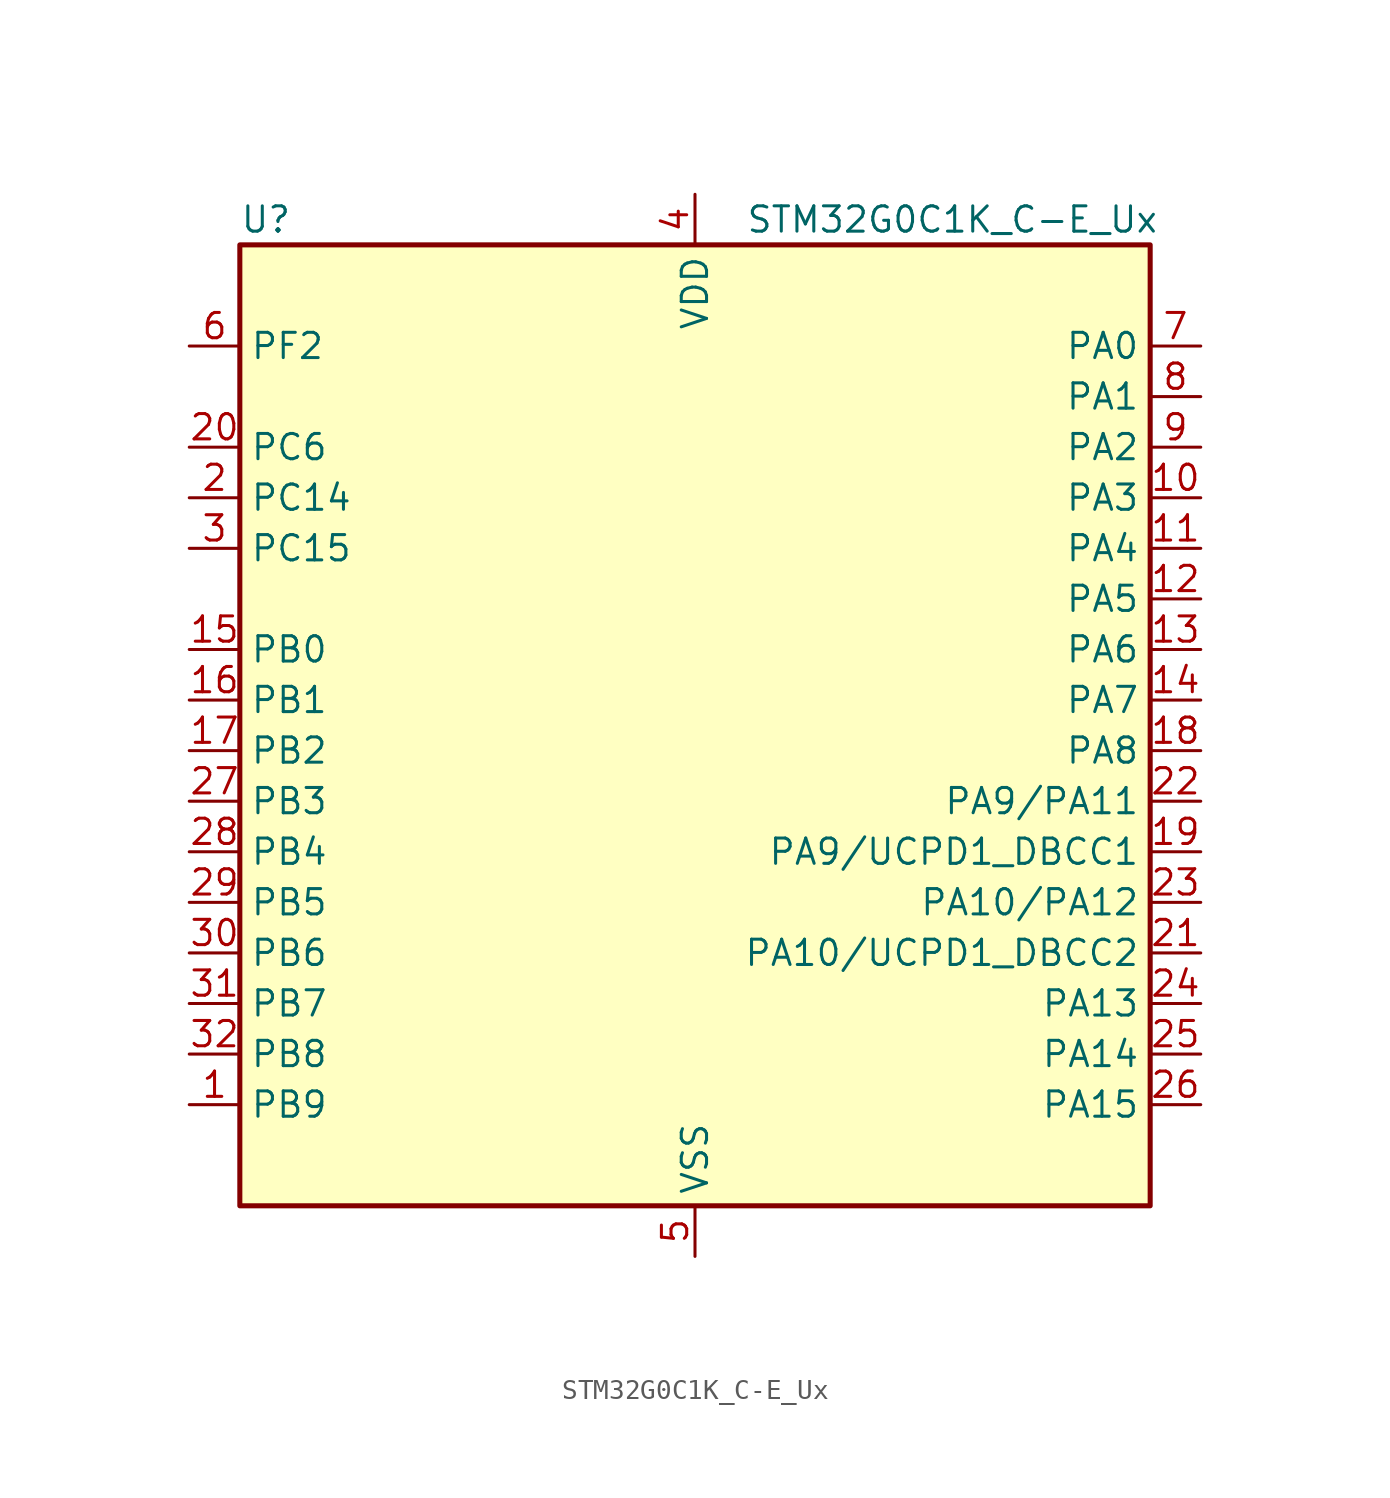
<source format=kicad_sym>
(kicad_symbol_lib
  (version 20241209)
  (generator "kicad_symbol_editor")
  (generator_version "9.0")
  (symbol "STM32G0C1K_C-E_Ux"
    (property "Reference" "U"
      (at -22.86 26.67 0)
      (effects (font (size 1.27 1.27)) (justify left)))
    (property "Value" "STM32G0C1K_C-E_Ux"
      (at 2.54 26.67 0)
      (effects (font (size 1.27 1.27)) (justify left)))
    (symbol "STM32G0C1K_C-E_Ux_0_1"
      (rectangle (start -22.86 -22.86) (end 22.86 25.4) (stroke (width 0.254) (type default)) (fill (type background))))
    (symbol "STM32G0C1K_C-E_Ux_1_1"
      (pin bidirectional line (at -25.4 20.32 0) (length 2.54) (name "PF2" (effects (font (size 1.27 1.27)))) (number "6" (effects (font (size 1.27 1.27)))) (alternate "LPUART2_DE" bidirectional line) (alternate "LPUART2_RTS" bidirectional line) (alternate "LPUART2_TX" bidirectional line) (alternate "RCC_MCO" bidirectional line))
      (pin bidirectional line (at -25.4 15.24 0) (length 2.54) (name "PC6" (effects (font (size 1.27 1.27)))) (number "20" (effects (font (size 1.27 1.27)))) (alternate "LPUART2_TX" bidirectional line) (alternate "TIM2_CH3" bidirectional line) (alternate "TIM3_CH1" bidirectional line) (alternate "UCPD1_FRSTX1" bidirectional line) (alternate "UCPD1_FRSTX2" bidirectional line))
      (pin bidirectional line (at -25.4 12.7 0) (length 2.54) (name "PC14" (effects (font (size 1.27 1.27)))) (number "2" (effects (font (size 1.27 1.27)))) (alternate "RCC_OSC32_IN" bidirectional line) (alternate "RCC_OSC_IN" bidirectional line) (alternate "TIM1_BK2" bidirectional line))
      (pin bidirectional line (at -25.4 10.16 0) (length 2.54) (name "PC15" (effects (font (size 1.27 1.27)))) (number "3" (effects (font (size 1.27 1.27)))) (alternate "RCC_OSC32_EN" bidirectional line) (alternate "RCC_OSC32_OUT" bidirectional line) (alternate "RCC_OSC_EN" bidirectional line) (alternate "TIM15_BK" bidirectional line))
      (pin bidirectional line (at -25.4 5.08 0) (length 2.54) (name "PB0" (effects (font (size 1.27 1.27)))) (number "15" (effects (font (size 1.27 1.27)))) (alternate "ADC1_IN8" bidirectional line) (alternate "COMP1_OUT" bidirectional line) (alternate "COMP3_INP" bidirectional line) (alternate "FDCAN2_RX" bidirectional line) (alternate "I2S1_WS" bidirectional line) (alternate "LPTIM1_OUT" bidirectional line) (alternate "LPUART2_CTS" bidirectional line) (alternate "SPI1_NSS" bidirectional line) (alternate "TIM1_CH2N" bidirectional line) (alternate "TIM3_CH3" bidirectional line) (alternate "UCPD1_FRSTX1" bidirectional line) (alternate "UCPD1_FRSTX2" bidirectional line) (alternate "USART3_RX" bidirectional line) (alternate "USART5_TX" bidirectional line))
      (pin bidirectional line (at -25.4 2.54 0) (length 2.54) (name "PB1" (effects (font (size 1.27 1.27)))) (number "16" (effects (font (size 1.27 1.27)))) (alternate "ADC1_IN9" bidirectional line) (alternate "COMP1_INM" bidirectional line) (alternate "COMP3_OUT" bidirectional line) (alternate "FDCAN2_TX" bidirectional line) (alternate "LPTIM2_IN1" bidirectional line) (alternate "LPUART1_DE" bidirectional line) (alternate "LPUART1_RTS" bidirectional line) (alternate "LPUART2_DE" bidirectional line) (alternate "LPUART2_RTS" bidirectional line) (alternate "TIM14_CH1" bidirectional line) (alternate "TIM1_CH3N" bidirectional line) (alternate "TIM3_CH4" bidirectional line) (alternate "USART3_CK" bidirectional line) (alternate "USART3_DE" bidirectional line) (alternate "USART3_RTS" bidirectional line) (alternate "USART5_RX" bidirectional line))
      (pin bidirectional line (at -25.4 0 0) (length 2.54) (name "PB2" (effects (font (size 1.27 1.27)))) (number "17" (effects (font (size 1.27 1.27)))) (alternate "ADC1_IN10" bidirectional line) (alternate "COMP1_INP" bidirectional line) (alternate "COMP3_INM" bidirectional line) (alternate "I2S2_MCK" bidirectional line) (alternate "LPTIM1_OUT" bidirectional line) (alternate "RCC_MCO_2" bidirectional line) (alternate "SPI2_MISO" bidirectional line) (alternate "USART3_TX" bidirectional line))
      (pin bidirectional line (at -25.4 -2.54 0) (length 2.54) (name "PB3" (effects (font (size 1.27 1.27)))) (number "27" (effects (font (size 1.27 1.27)))) (alternate "COMP2_INM" bidirectional line) (alternate "I2C2_SCL" bidirectional line) (alternate "I2C3_SCL" bidirectional line) (alternate "I2S1_CK" bidirectional line) (alternate "SPI1_SCK" bidirectional line) (alternate "SPI3_SCK" bidirectional line) (alternate "TIM1_CH2" bidirectional line) (alternate "TIM2_CH2" bidirectional line) (alternate "USART1_CK" bidirectional line) (alternate "USART1_DE" bidirectional line) (alternate "USART1_RTS" bidirectional line) (alternate "USART5_TX" bidirectional line))
      (pin bidirectional line (at -25.4 -5.08 0) (length 2.54) (name "PB4" (effects (font (size 1.27 1.27)))) (number "28" (effects (font (size 1.27 1.27)))) (alternate "COMP2_INP" bidirectional line) (alternate "I2C2_SDA" bidirectional line) (alternate "I2C3_SDA" bidirectional line) (alternate "I2S1_MCK" bidirectional line) (alternate "SPI1_MISO" bidirectional line) (alternate "SPI3_MISO" bidirectional line) (alternate "TIM17_BK" bidirectional line) (alternate "TIM3_CH1" bidirectional line) (alternate "USART1_CTS" bidirectional line) (alternate "USART1_NSS" bidirectional line) (alternate "USART5_RX" bidirectional line))
      (pin bidirectional line (at -25.4 -7.62 0) (length 2.54) (name "PB5" (effects (font (size 1.27 1.27)))) (number "29" (effects (font (size 1.27 1.27)))) (alternate "COMP2_OUT" bidirectional line) (alternate "FDCAN2_RX" bidirectional line) (alternate "I2C1_SMBA" bidirectional line) (alternate "I2S1_SD" bidirectional line) (alternate "LPTIM1_IN1" bidirectional line) (alternate "SPI1_MOSI" bidirectional line) (alternate "SPI3_MOSI" bidirectional line) (alternate "SYS_WKUP6" bidirectional line) (alternate "TIM16_BK" bidirectional line) (alternate "TIM3_CH2" bidirectional line) (alternate "USART5_CK" bidirectional line) (alternate "USART5_DE" bidirectional line) (alternate "USART5_RTS" bidirectional line))
      (pin bidirectional line (at -25.4 -10.16 0) (length 2.54) (name "PB6" (effects (font (size 1.27 1.27)))) (number "30" (effects (font (size 1.27 1.27)))) (alternate "COMP2_INP" bidirectional line) (alternate "FDCAN2_TX" bidirectional line) (alternate "I2C1_SCL" bidirectional line) (alternate "I2S2_MCK" bidirectional line) (alternate "LPTIM1_ETR" bidirectional line) (alternate "LPUART2_TX" bidirectional line) (alternate "SPI2_MISO" bidirectional line) (alternate "TIM16_CH1N" bidirectional line) (alternate "TIM1_CH3" bidirectional line) (alternate "TIM4_CH1" bidirectional line) (alternate "USART1_TX" bidirectional line) (alternate "USART5_CTS" bidirectional line) (alternate "USART5_NSS" bidirectional line))
      (pin bidirectional line (at -25.4 -12.7 0) (length 2.54) (name "PB7" (effects (font (size 1.27 1.27)))) (number "31" (effects (font (size 1.27 1.27)))) (alternate "COMP2_INM" bidirectional line) (alternate "I2C1_SDA" bidirectional line) (alternate "I2S2_SD" bidirectional line) (alternate "LPTIM1_IN2" bidirectional line) (alternate "LPUART2_RX" bidirectional line) (alternate "SPI2_MOSI" bidirectional line) (alternate "SYS_PVD_IN" bidirectional line) (alternate "TIM17_CH1N" bidirectional line) (alternate "TIM4_CH2" bidirectional line) (alternate "USART1_RX" bidirectional line) (alternate "USART4_CTS" bidirectional line) (alternate "USART4_NSS" bidirectional line))
      (pin bidirectional line (at -25.4 -15.24 0) (length 2.54) (name "PB8" (effects (font (size 1.27 1.27)))) (number "32" (effects (font (size 1.27 1.27)))) (alternate "CEC" bidirectional line) (alternate "FDCAN1_RX" bidirectional line) (alternate "I2C1_SCL" bidirectional line) (alternate "I2S2_CK" bidirectional line) (alternate "SPI2_SCK" bidirectional line) (alternate "TIM15_BK" bidirectional line) (alternate "TIM16_CH1" bidirectional line) (alternate "TIM4_CH3" bidirectional line) (alternate "USART3_TX" bidirectional line) (alternate "USART6_TX" bidirectional line))
      (pin bidirectional line (at -25.4 -17.78 0) (length 2.54) (name "PB9" (effects (font (size 1.27 1.27)))) (number "1" (effects (font (size 1.27 1.27)))) (alternate "DAC1_EXTI9" bidirectional line) (alternate "FDCAN1_TX" bidirectional line) (alternate "I2C1_SDA" bidirectional line) (alternate "I2S2_WS" bidirectional line) (alternate "IR_OUT" bidirectional line) (alternate "SPI2_NSS" bidirectional line) (alternate "TIM17_CH1" bidirectional line) (alternate "TIM4_CH4" bidirectional line) (alternate "USART3_RX" bidirectional line) (alternate "USART6_RX" bidirectional line))
      (pin power_in line (at 0 27.94 270) (length 2.54) (name "VDD" (effects (font (size 1.27 1.27)))) (number "4" (effects (font (size 1.27 1.27)))))
      (pin passive line (at 0 -25.4 90) (length 2.54) (hide yes) (name "VSS" (effects (font (size 1.27 1.27)))) (number "33" (effects (font (size 1.27 1.27)))))
      (pin power_in line (at 0 -25.4 90) (length 2.54) (name "VSS" (effects (font (size 1.27 1.27)))) (number "5" (effects (font (size 1.27 1.27)))))
      (pin bidirectional line (at 25.4 20.32 180) (length 2.54) (name "PA0" (effects (font (size 1.27 1.27)))) (number "7" (effects (font (size 1.27 1.27)))) (alternate "ADC1_IN0" bidirectional line) (alternate "COMP1_INM" bidirectional line) (alternate "COMP1_OUT" bidirectional line) (alternate "I2S2_CK" bidirectional line) (alternate "LPTIM1_OUT" bidirectional line) (alternate "RTC_TAMP_IN2" bidirectional line) (alternate "SPI2_SCK" bidirectional line) (alternate "SYS_WKUP1" bidirectional line) (alternate "TIM2_CH1" bidirectional line) (alternate "TIM2_ETR" bidirectional line) (alternate "USART2_CTS" bidirectional line) (alternate "USART2_NSS" bidirectional line) (alternate "USART4_TX" bidirectional line))
      (pin bidirectional line (at 25.4 17.78 180) (length 2.54) (name "PA1" (effects (font (size 1.27 1.27)))) (number "8" (effects (font (size 1.27 1.27)))) (alternate "ADC1_IN1" bidirectional line) (alternate "COMP1_INP" bidirectional line) (alternate "I2C1_SMBA" bidirectional line) (alternate "I2S1_CK" bidirectional line) (alternate "SPI1_SCK" bidirectional line) (alternate "TIM15_CH1N" bidirectional line) (alternate "TIM2_CH2" bidirectional line) (alternate "USART2_CK" bidirectional line) (alternate "USART2_DE" bidirectional line) (alternate "USART2_RTS" bidirectional line) (alternate "USART4_RX" bidirectional line))
      (pin bidirectional line (at 25.4 15.24 180) (length 2.54) (name "PA2" (effects (font (size 1.27 1.27)))) (number "9" (effects (font (size 1.27 1.27)))) (alternate "ADC1_IN2" bidirectional line) (alternate "COMP2_INM" bidirectional line) (alternate "COMP2_OUT" bidirectional line) (alternate "I2S1_SD" bidirectional line) (alternate "LPUART1_TX" bidirectional line) (alternate "RCC_LSCO" bidirectional line) (alternate "SPI1_MOSI" bidirectional line) (alternate "SYS_WKUP4" bidirectional line) (alternate "TIM15_CH1" bidirectional line) (alternate "TIM2_CH3" bidirectional line) (alternate "UCPD1_FRSTX1" bidirectional line) (alternate "UCPD1_FRSTX2" bidirectional line) (alternate "USART2_TX" bidirectional line))
      (pin bidirectional line (at 25.4 12.7 180) (length 2.54) (name "PA3" (effects (font (size 1.27 1.27)))) (number "10" (effects (font (size 1.27 1.27)))) (alternate "ADC1_IN3" bidirectional line) (alternate "COMP2_INP" bidirectional line) (alternate "I2S2_MCK" bidirectional line) (alternate "LPUART1_RX" bidirectional line) (alternate "SPI2_MISO" bidirectional line) (alternate "TIM15_CH2" bidirectional line) (alternate "TIM2_CH4" bidirectional line) (alternate "USART2_RX" bidirectional line))
      (pin bidirectional line (at 25.4 10.16 180) (length 2.54) (name "PA4" (effects (font (size 1.27 1.27)))) (number "11" (effects (font (size 1.27 1.27)))) (alternate "ADC1_IN4" bidirectional line) (alternate "DAC1_OUT1" bidirectional line) (alternate "I2S1_WS" bidirectional line) (alternate "I2S2_SD" bidirectional line) (alternate "LPTIM2_OUT" bidirectional line) (alternate "RTC_OUT1" bidirectional line) (alternate "RTC_TAMP_IN1" bidirectional line) (alternate "RTC_TS" bidirectional line) (alternate "SPI1_NSS" bidirectional line) (alternate "SPI2_MOSI" bidirectional line) (alternate "SPI3_NSS" bidirectional line) (alternate "SYS_WKUP2" bidirectional line) (alternate "TIM14_CH1" bidirectional line) (alternate "USART6_TX" bidirectional line) (alternate "USB_NOE" bidirectional line))
      (pin bidirectional line (at 25.4 7.62 180) (length 2.54) (name "PA5" (effects (font (size 1.27 1.27)))) (number "12" (effects (font (size 1.27 1.27)))) (alternate "ADC1_IN5" bidirectional line) (alternate "CEC" bidirectional line) (alternate "DAC1_OUT2" bidirectional line) (alternate "I2S1_CK" bidirectional line) (alternate "LPTIM2_ETR" bidirectional line) (alternate "SPI1_SCK" bidirectional line) (alternate "TIM2_CH1" bidirectional line) (alternate "TIM2_ETR" bidirectional line) (alternate "UCPD1_FRSTX1" bidirectional line) (alternate "UCPD1_FRSTX2" bidirectional line) (alternate "USART3_TX" bidirectional line) (alternate "USART6_RX" bidirectional line))
      (pin bidirectional line (at 25.4 5.08 180) (length 2.54) (name "PA6" (effects (font (size 1.27 1.27)))) (number "13" (effects (font (size 1.27 1.27)))) (alternate "ADC1_IN6" bidirectional line) (alternate "COMP1_OUT" bidirectional line) (alternate "I2C2_SDA" bidirectional line) (alternate "I2C3_SDA" bidirectional line) (alternate "I2S1_MCK" bidirectional line) (alternate "LPUART1_CTS" bidirectional line) (alternate "SPI1_MISO" bidirectional line) (alternate "TIM16_CH1" bidirectional line) (alternate "TIM1_BK" bidirectional line) (alternate "TIM3_CH1" bidirectional line) (alternate "USART3_CTS" bidirectional line) (alternate "USART3_NSS" bidirectional line) (alternate "USART6_CTS" bidirectional line) (alternate "USART6_NSS" bidirectional line))
      (pin bidirectional line (at 25.4 2.54 180) (length 2.54) (name "PA7" (effects (font (size 1.27 1.27)))) (number "14" (effects (font (size 1.27 1.27)))) (alternate "ADC1_IN7" bidirectional line) (alternate "COMP2_OUT" bidirectional line) (alternate "I2C2_SCL" bidirectional line) (alternate "I2C3_SCL" bidirectional line) (alternate "I2S1_SD" bidirectional line) (alternate "SPI1_MOSI" bidirectional line) (alternate "TIM14_CH1" bidirectional line) (alternate "TIM17_CH1" bidirectional line) (alternate "TIM1_CH1N" bidirectional line) (alternate "TIM3_CH2" bidirectional line) (alternate "UCPD1_FRSTX1" bidirectional line) (alternate "UCPD1_FRSTX2" bidirectional line) (alternate "USART6_CK" bidirectional line) (alternate "USART6_DE" bidirectional line) (alternate "USART6_RTS" bidirectional line))
      (pin bidirectional line (at 25.4 0 180) (length 2.54) (name "PA8" (effects (font (size 1.27 1.27)))) (number "18" (effects (font (size 1.27 1.27)))) (alternate "CRS1_SYNC" bidirectional line) (alternate "I2C2_SMBA" bidirectional line) (alternate "I2S2_WS" bidirectional line) (alternate "LPTIM2_OUT" bidirectional line) (alternate "RCC_MCO" bidirectional line) (alternate "SPI2_NSS" bidirectional line) (alternate "TIM1_CH1" bidirectional line) (alternate "UCPD1_CC1" bidirectional line))
      (pin bidirectional line (at 25.4 -2.54 180) (length 2.54) (name "PA9/PA11" (effects (font (size 1.27 1.27)))) (number "22" (effects (font (size 1.27 1.27)))) (alternate "ADC1_EXTI11 (PA11)" bidirectional line) (alternate "COMP1_OUT (PA11)" bidirectional line) (alternate "DAC1_EXTI9 (PA9)" bidirectional line) (alternate "FDCAN1_RX (PA11)" bidirectional line) (alternate "I2C1_SCL (PA9)" bidirectional line) (alternate "I2C2_SCL (PA11)" bidirectional line) (alternate "I2C2_SCL (PA9)" bidirectional line) (alternate "I2S1_MCK (PA11)" bidirectional line) (alternate "I2S2_MCK (PA9)" bidirectional line) (alternate "PA11" bidirectional line) (alternate "PA9" bidirectional line) (alternate "RCC_MCO (PA9)" bidirectional line) (alternate "SPI1_MISO (PA11)" bidirectional line) (alternate "SPI2_MISO (PA9)" bidirectional line) (alternate "TIM15_BK (PA9)" bidirectional line) (alternate "TIM1_BK2 (PA11)" bidirectional line) (alternate "TIM1_CH2 (PA9)" bidirectional line) (alternate "TIM1_CH4 (PA11)" bidirectional line) (alternate "UCPD1_DBCC1 (PA9)" bidirectional line) (alternate "USART1_CTS (PA11)" bidirectional line) (alternate "USART1_NSS (PA11)" bidirectional line) (alternate "USART1_TX (PA9)" bidirectional line) (alternate "USB_DM (PA11)" bidirectional line))
      (pin bidirectional line (at 25.4 -5.08 180) (length 2.54) (name "PA9/UCPD1_DBCC1" (effects (font (size 1.27 1.27)))) (number "19" (effects (font (size 1.27 1.27)))) (alternate "DAC1_EXTI9 (PA9)" bidirectional line) (alternate "I2C1_SCL (PA9)" bidirectional line) (alternate "I2C2_SCL (PA9)" bidirectional line) (alternate "I2S2_MCK (PA9)" bidirectional line) (alternate "PA9" bidirectional line) (alternate "RCC_MCO (PA9)" bidirectional line) (alternate "SPI2_MISO (PA9)" bidirectional line) (alternate "TIM15_BK (PA9)" bidirectional line) (alternate "TIM1_CH2 (PA9)" bidirectional line) (alternate "UCPD1_DBCC1" bidirectional line) (alternate "UCPD1_DBCC1 (PA9)" bidirectional line) (alternate "UCPD1_DBCC1 (UCPD1_DBCC1)" bidirectional line) (alternate "USART1_TX (PA9)" bidirectional line))
      (pin bidirectional line (at 25.4 -7.62 180) (length 2.54) (name "PA10/PA12" (effects (font (size 1.27 1.27)))) (number "23" (effects (font (size 1.27 1.27)))) (alternate "COMP2_OUT (PA12)" bidirectional line) (alternate "FDCAN1_TX (PA12)" bidirectional line) (alternate "I2C1_SDA (PA10)" bidirectional line) (alternate "I2C2_SDA (PA10)" bidirectional line) (alternate "I2C2_SDA (PA12)" bidirectional line) (alternate "I2S1_SD (PA12)" bidirectional line) (alternate "I2S2_SD (PA10)" bidirectional line) (alternate "I2S_CKIN (PA12)" bidirectional line) (alternate "PA10" bidirectional line) (alternate "PA12" bidirectional line) (alternate "RCC_MCO_2 (PA10)" bidirectional line) (alternate "SPI1_MOSI (PA12)" bidirectional line) (alternate "SPI2_MOSI (PA10)" bidirectional line) (alternate "TIM17_BK (PA10)" bidirectional line) (alternate "TIM1_CH3 (PA10)" bidirectional line) (alternate "TIM1_ETR (PA12)" bidirectional line) (alternate "UCPD1_DBCC2 (PA10)" bidirectional line) (alternate "USART1_CK (PA12)" bidirectional line) (alternate "USART1_DE (PA12)" bidirectional line) (alternate "USART1_RTS (PA12)" bidirectional line) (alternate "USART1_RX (PA10)" bidirectional line) (alternate "USB_DP (PA12)" bidirectional line))
      (pin bidirectional line (at 25.4 -10.16 180) (length 2.54) (name "PA10/UCPD1_DBCC2" (effects (font (size 1.27 1.27)))) (number "21" (effects (font (size 1.27 1.27)))) (alternate "I2C1_SDA (PA10)" bidirectional line) (alternate "I2C2_SDA (PA10)" bidirectional line) (alternate "I2S2_SD (PA10)" bidirectional line) (alternate "PA10" bidirectional line) (alternate "RCC_MCO_2 (PA10)" bidirectional line) (alternate "SPI2_MOSI (PA10)" bidirectional line) (alternate "TIM17_BK (PA10)" bidirectional line) (alternate "TIM1_CH3 (PA10)" bidirectional line) (alternate "UCPD1_DBCC2" bidirectional line) (alternate "UCPD1_DBCC2 (PA10)" bidirectional line) (alternate "UCPD1_DBCC2 (UCPD1_DBCC2)" bidirectional line) (alternate "USART1_RX (PA10)" bidirectional line))
      (pin bidirectional line (at 25.4 -12.7 180) (length 2.54) (name "PA13" (effects (font (size 1.27 1.27)))) (number "24" (effects (font (size 1.27 1.27)))) (alternate "IR_OUT" bidirectional line) (alternate "LPUART2_RX" bidirectional line) (alternate "SYS_SWDIO" bidirectional line) (alternate "USB_NOE" bidirectional line))
      (pin bidirectional line (at 25.4 -15.24 180) (length 2.54) (name "PA14" (effects (font (size 1.27 1.27)))) (number "25" (effects (font (size 1.27 1.27)))) (alternate "LPUART2_TX" bidirectional line) (alternate "SYS_SWCLK" bidirectional line) (alternate "USART2_TX" bidirectional line))
      (pin bidirectional line (at 25.4 -17.78 180) (length 2.54) (name "PA15" (effects (font (size 1.27 1.27)))) (number "26" (effects (font (size 1.27 1.27)))) (alternate "I2C2_SMBA" bidirectional line) (alternate "I2S1_WS" bidirectional line) (alternate "RCC_MCO_2" bidirectional line) (alternate "SPI1_NSS" bidirectional line) (alternate "SPI3_NSS" bidirectional line) (alternate "TIM2_CH1" bidirectional line) (alternate "TIM2_ETR" bidirectional line) (alternate "USART2_RX" bidirectional line) (alternate "USART3_CK" bidirectional line) (alternate "USART3_DE" bidirectional line) (alternate "USART3_RTS" bidirectional line) (alternate "USART4_CK" bidirectional line) (alternate "USART4_DE" bidirectional line) (alternate "USART4_RTS" bidirectional line) (alternate "USB_NOE" bidirectional line)))))
</source>
